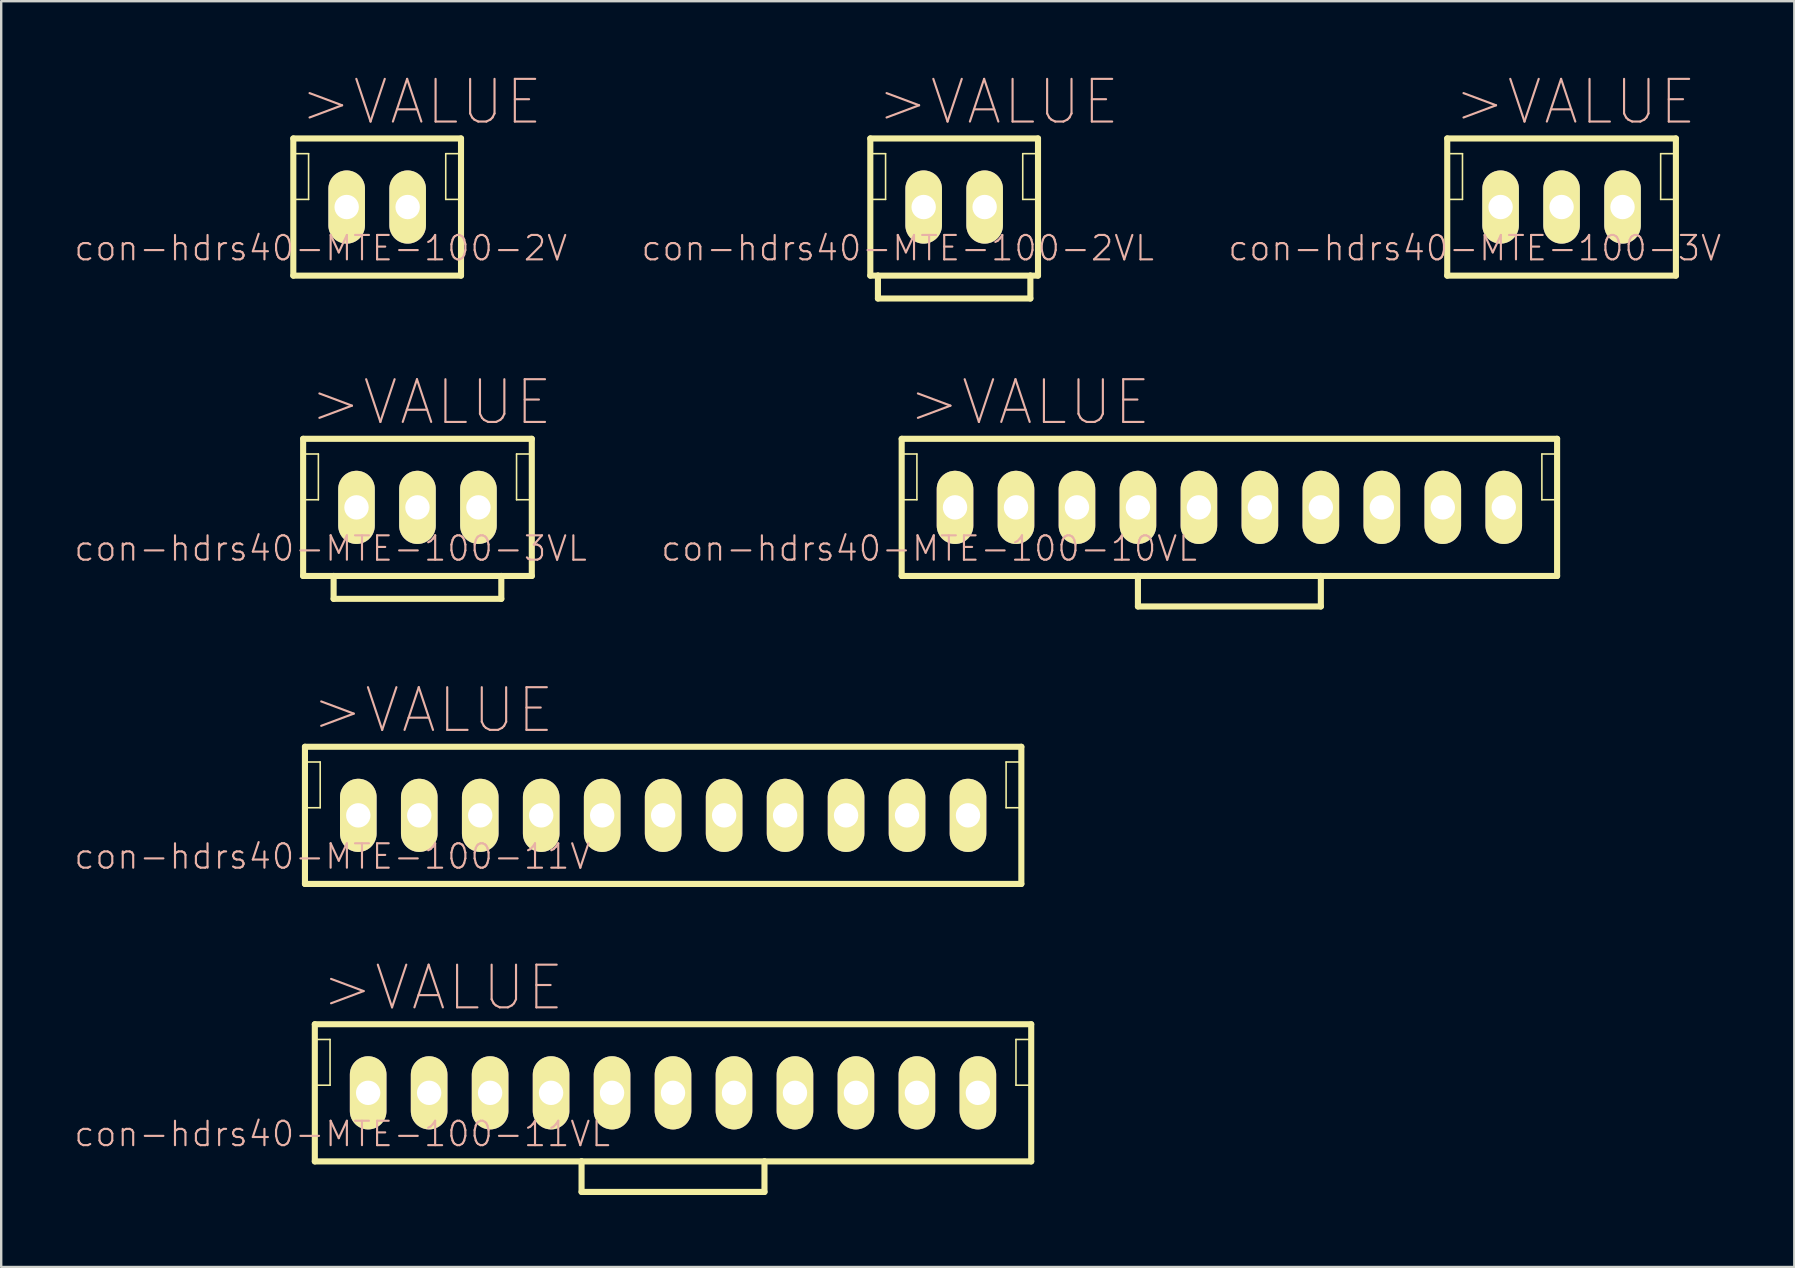
<source format=kicad_pcb>
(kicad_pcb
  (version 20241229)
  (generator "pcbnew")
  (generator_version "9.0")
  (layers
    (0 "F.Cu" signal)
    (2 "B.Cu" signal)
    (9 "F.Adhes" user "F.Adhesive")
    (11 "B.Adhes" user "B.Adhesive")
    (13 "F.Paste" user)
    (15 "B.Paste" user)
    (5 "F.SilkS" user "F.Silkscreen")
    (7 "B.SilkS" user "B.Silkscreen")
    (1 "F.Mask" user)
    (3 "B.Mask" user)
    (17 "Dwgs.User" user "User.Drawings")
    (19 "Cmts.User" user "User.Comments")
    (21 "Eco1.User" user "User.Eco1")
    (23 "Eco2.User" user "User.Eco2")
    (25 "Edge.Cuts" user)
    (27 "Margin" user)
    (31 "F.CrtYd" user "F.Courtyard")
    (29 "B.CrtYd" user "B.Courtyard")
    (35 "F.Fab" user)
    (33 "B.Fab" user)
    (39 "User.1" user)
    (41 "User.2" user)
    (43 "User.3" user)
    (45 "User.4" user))
  (footprint "con-hdrs40-MTE-100-10VL"
    (layer "F.Cu")
    (at 48.165 18.087)
    (property "Reference" "con-hdrs40-MTE-100-10VL" (at -12.509 1.714 0) (layer "B.SilkS") (effects (font (size 1.016 1.016) (thickness 0.089))))
    (attr exclude_from_pos_files exclude_from_bom)
    (fp_line (start -13.652 -2.857) (end -13.652 2.857) (stroke (width 0.254) (type solid)) (layer "F.SilkS"))
    (fp_line (start -13.652 -2.223) (end -13.018 -2.223) (stroke (width 0.066) (type solid)) (layer "F.SilkS"))
    (fp_line (start -13.652 -0.318) (end -13.652 -2.223) (stroke (width 0.066) (type solid)) (layer "F.SilkS"))
    (fp_line (start -13.652 -0.318) (end -13.018 -0.318) (stroke (width 0.066) (type solid)) (layer "F.SilkS"))
    (fp_line (start -13.652 2.857) (end -3.81 2.857) (stroke (width 0.254) (type solid)) (layer "F.SilkS"))
    (fp_line (start -13.018 -0.318) (end -13.018 -2.223) (stroke (width 0.066) (type solid)) (layer "F.SilkS"))
    (fp_line (start -3.81 2.857) (end 3.81 2.857) (stroke (width 0.254) (type solid)) (layer "F.SilkS"))
    (fp_line (start -3.81 4.128) (end -3.81 2.857) (stroke (width 0.254) (type solid)) (layer "F.SilkS"))
    (fp_line (start 3.81 2.857) (end 3.81 4.128) (stroke (width 0.254) (type solid)) (layer "F.SilkS"))
    (fp_line (start 3.81 2.857) (end 13.652 2.857) (stroke (width 0.254) (type solid)) (layer "F.SilkS"))
    (fp_line (start 3.81 4.128) (end -3.81 4.128) (stroke (width 0.254) (type solid)) (layer "F.SilkS"))
    (fp_line (start 13.018 -2.223) (end 13.652 -2.223) (stroke (width 0.066) (type solid)) (layer "F.SilkS"))
    (fp_line (start 13.018 -0.318) (end 13.018 -2.223) (stroke (width 0.066) (type solid)) (layer "F.SilkS"))
    (fp_line (start 13.018 -0.318) (end 13.652 -0.318) (stroke (width 0.066) (type solid)) (layer "F.SilkS"))
    (fp_line (start 13.652 -2.857) (end -13.652 -2.857) (stroke (width 0.254) (type solid)) (layer "F.SilkS"))
    (fp_line (start 13.652 -0.318) (end 13.652 -2.223) (stroke (width 0.066) (type solid)) (layer "F.SilkS"))
    (fp_line (start 13.652 2.857) (end 13.652 -2.857) (stroke (width 0.254) (type solid)) (layer "F.SilkS"))
    (fp_text user ">VALUE" (at -8.319 -4.379 0) (layer "B.SilkS") (effects (font (size 1.778 1.778) (thickness 0.089))))
    (pad "1" thru_hole oval (at -11.43 0) (size 1.524 3.048) (drill 1.016) (layers "*.Cu" "F.Mask" "F.SilkS" "F.Paste"))
    (pad "2" thru_hole oval (at -8.89 0) (size 1.524 3.048) (drill 1.016) (layers "*.Cu" "F.Mask" "F.SilkS" "F.Paste"))
    (pad "3" thru_hole oval (at -6.35 0) (size 1.524 3.048) (drill 1.016) (layers "*.Cu" "F.Mask" "F.SilkS" "F.Paste"))
    (pad "4" thru_hole oval (at -3.81 0) (size 1.524 3.048) (drill 1.016) (layers "*.Cu" "F.Mask" "F.SilkS" "F.Paste"))
    (pad "5" thru_hole oval (at -1.27 0) (size 1.524 3.048) (drill 1.016) (layers "*.Cu" "F.Mask" "F.SilkS" "F.Paste"))
    (pad "6" thru_hole oval (at 1.27 0) (size 1.524 3.048) (drill 1.016) (layers "*.Cu" "F.Mask" "F.SilkS" "F.Paste"))
    (pad "7" thru_hole oval (at 3.81 0) (size 1.524 3.048) (drill 1.016) (layers "*.Cu" "F.Mask" "F.SilkS" "F.Paste"))
    (pad "8" thru_hole oval (at 6.35 0) (size 1.524 3.048) (drill 1.016) (layers "*.Cu" "F.Mask" "F.SilkS" "F.Paste"))
    (pad "9" thru_hole oval (at 8.89 0) (size 1.524 3.048) (drill 1.016) (layers "*.Cu" "F.Mask" "F.SilkS" "F.Paste"))
    (pad "10" thru_hole oval (at 11.43 0) (size 1.524 3.048) (drill 1.016) (layers "*.Cu" "F.Mask" "F.SilkS" "F.Paste")))
  (footprint "con-hdrs40-MTE-100-2VL"
    (layer "F.Cu")
    (at 36.699 5.575)
    (property "Reference" "con-hdrs40-MTE-100-2VL" (at -2.349 1.714 0) (layer "B.SilkS") (effects (font (size 1.016 1.016) (thickness 0.089))))
    (attr exclude_from_pos_files exclude_from_bom)
    (fp_line (start -3.493 -2.857) (end -3.493 2.857) (stroke (width 0.254) (type solid)) (layer "F.SilkS"))
    (fp_line (start -3.493 -2.223) (end -2.857 -2.223) (stroke (width 0.066) (type solid)) (layer "F.SilkS"))
    (fp_line (start -3.493 -0.318) (end -3.493 -2.223) (stroke (width 0.066) (type solid)) (layer "F.SilkS"))
    (fp_line (start -3.493 -0.318) (end -2.857 -0.318) (stroke (width 0.066) (type solid)) (layer "F.SilkS"))
    (fp_line (start -3.493 2.857) (end -3.175 2.857) (stroke (width 0.254) (type solid)) (layer "F.SilkS"))
    (fp_line (start -3.175 2.857) (end 3.175 2.857) (stroke (width 0.254) (type solid)) (layer "F.SilkS"))
    (fp_line (start -3.175 3.81) (end -3.175 2.857) (stroke (width 0.254) (type solid)) (layer "F.SilkS"))
    (fp_line (start -2.857 -0.318) (end -2.857 -2.223) (stroke (width 0.066) (type solid)) (layer "F.SilkS"))
    (fp_line (start 2.857 -2.223) (end 3.493 -2.223) (stroke (width 0.066) (type solid)) (layer "F.SilkS"))
    (fp_line (start 2.857 -0.318) (end 2.857 -2.223) (stroke (width 0.066) (type solid)) (layer "F.SilkS"))
    (fp_line (start 2.857 -0.318) (end 3.493 -0.318) (stroke (width 0.066) (type solid)) (layer "F.SilkS"))
    (fp_line (start 3.175 2.857) (end 3.175 3.81) (stroke (width 0.254) (type solid)) (layer "F.SilkS"))
    (fp_line (start 3.175 2.857) (end 3.493 2.857) (stroke (width 0.254) (type solid)) (layer "F.SilkS"))
    (fp_line (start 3.175 3.81) (end -3.175 3.81) (stroke (width 0.254) (type solid)) (layer "F.SilkS"))
    (fp_line (start 3.493 -2.857) (end -3.493 -2.857) (stroke (width 0.254) (type solid)) (layer "F.SilkS"))
    (fp_line (start 3.493 -0.318) (end 3.493 -2.223) (stroke (width 0.066) (type solid)) (layer "F.SilkS"))
    (fp_line (start 3.493 2.857) (end 3.493 -2.857) (stroke (width 0.254) (type solid)) (layer "F.SilkS"))
    (fp_text user ">VALUE" (at 1.841 -4.379 0) (layer "B.SilkS") (effects (font (size 1.778 1.778) (thickness 0.089))))
    (pad "1" thru_hole oval (at -1.27 0) (size 1.524 3.048) (drill 1.016) (layers "*.Cu" "F.Mask" "F.SilkS" "F.Paste"))
    (pad "2" thru_hole oval (at 1.27 0) (size 1.524 3.048) (drill 1.016) (layers "*.Cu" "F.Mask" "F.SilkS" "F.Paste")))
  (footprint "con-hdrs40-MTE-100-3VL"
    (layer "F.Cu")
    (at 14.341 18.087)
    (property "Reference" "con-hdrs40-MTE-100-3VL" (at -3.617 1.714 0) (layer "B.SilkS") (effects (font (size 1.016 1.016) (thickness 0.089))))
    (attr exclude_from_pos_files exclude_from_bom)
    (fp_line (start -4.763 -2.857) (end -4.763 2.857) (stroke (width 0.254) (type solid)) (layer "F.SilkS"))
    (fp_line (start -4.763 -2.223) (end -4.128 -2.223) (stroke (width 0.066) (type solid)) (layer "F.SilkS"))
    (fp_line (start -4.763 -0.318) (end -4.763 -2.223) (stroke (width 0.066) (type solid)) (layer "F.SilkS"))
    (fp_line (start -4.763 -0.318) (end -4.128 -0.318) (stroke (width 0.066) (type solid)) (layer "F.SilkS"))
    (fp_line (start -4.763 2.857) (end -3.493 2.857) (stroke (width 0.254) (type solid)) (layer "F.SilkS"))
    (fp_line (start -4.128 -0.318) (end -4.128 -2.223) (stroke (width 0.066) (type solid)) (layer "F.SilkS"))
    (fp_line (start -3.493 2.857) (end 3.493 2.857) (stroke (width 0.254) (type solid)) (layer "F.SilkS"))
    (fp_line (start -3.493 3.81) (end -3.493 2.857) (stroke (width 0.254) (type solid)) (layer "F.SilkS"))
    (fp_line (start 3.493 2.857) (end 3.493 3.81) (stroke (width 0.254) (type solid)) (layer "F.SilkS"))
    (fp_line (start 3.493 2.857) (end 4.763 2.857) (stroke (width 0.254) (type solid)) (layer "F.SilkS"))
    (fp_line (start 3.493 3.81) (end -3.493 3.81) (stroke (width 0.254) (type solid)) (layer "F.SilkS"))
    (fp_line (start 4.128 -2.223) (end 4.763 -2.223) (stroke (width 0.066) (type solid)) (layer "F.SilkS"))
    (fp_line (start 4.128 -0.318) (end 4.128 -2.223) (stroke (width 0.066) (type solid)) (layer "F.SilkS"))
    (fp_line (start 4.128 -0.318) (end 4.763 -0.318) (stroke (width 0.066) (type solid)) (layer "F.SilkS"))
    (fp_line (start 4.763 -2.857) (end -4.763 -2.857) (stroke (width 0.254) (type solid)) (layer "F.SilkS"))
    (fp_line (start 4.763 -0.318) (end 4.763 -2.223) (stroke (width 0.066) (type solid)) (layer "F.SilkS"))
    (fp_line (start 4.763 2.857) (end 4.763 -2.857) (stroke (width 0.254) (type solid)) (layer "F.SilkS"))
    (fp_text user ">VALUE" (at 0.572 -4.379 0) (layer "B.SilkS") (effects (font (size 1.778 1.778) (thickness 0.089))))
    (pad "1" thru_hole oval (at -2.54 0) (size 1.524 3.048) (drill 1.016) (layers "*.Cu" "F.Mask" "F.SilkS" "F.Paste"))
    (pad "2" thru_hole oval (at 0 0) (size 1.524 3.048) (drill 1.016) (layers "*.Cu" "F.Mask" "F.SilkS" "F.Paste"))
    (pad "3" thru_hole oval (at 2.54 0) (size 1.524 3.048) (drill 1.016) (layers "*.Cu" "F.Mask" "F.SilkS" "F.Paste")))
  (footprint "con-hdrs40-MTE-100-11VL"
    (layer "F.Cu")
    (at 24.987 42.476)
    (property "Reference" "con-hdrs40-MTE-100-11VL" (at -13.78 1.714 0) (layer "B.SilkS") (effects (font (size 1.016 1.016) (thickness 0.089))))
    (attr exclude_from_pos_files exclude_from_bom)
    (fp_line (start -14.922 -2.857) (end -14.922 2.857) (stroke (width 0.254) (type solid)) (layer "F.SilkS"))
    (fp_line (start -14.922 -2.223) (end -14.287 -2.223) (stroke (width 0.066) (type solid)) (layer "F.SilkS"))
    (fp_line (start -14.922 -0.318) (end -14.922 -2.223) (stroke (width 0.066) (type solid)) (layer "F.SilkS"))
    (fp_line (start -14.922 -0.318) (end -14.287 -0.318) (stroke (width 0.066) (type solid)) (layer "F.SilkS"))
    (fp_line (start -14.922 2.857) (end -3.81 2.857) (stroke (width 0.254) (type solid)) (layer "F.SilkS"))
    (fp_line (start -14.287 -0.318) (end -14.287 -2.223) (stroke (width 0.066) (type solid)) (layer "F.SilkS"))
    (fp_line (start -3.81 2.857) (end 3.81 2.857) (stroke (width 0.254) (type solid)) (layer "F.SilkS"))
    (fp_line (start -3.81 4.128) (end -3.81 2.857) (stroke (width 0.254) (type solid)) (layer "F.SilkS"))
    (fp_line (start 3.81 2.857) (end 3.81 4.128) (stroke (width 0.254) (type solid)) (layer "F.SilkS"))
    (fp_line (start 3.81 2.857) (end 14.922 2.857) (stroke (width 0.254) (type solid)) (layer "F.SilkS"))
    (fp_line (start 3.81 4.128) (end -3.81 4.128) (stroke (width 0.254) (type solid)) (layer "F.SilkS"))
    (fp_line (start 14.287 -2.223) (end 14.922 -2.223) (stroke (width 0.066) (type solid)) (layer "F.SilkS"))
    (fp_line (start 14.287 -0.318) (end 14.287 -2.223) (stroke (width 0.066) (type solid)) (layer "F.SilkS"))
    (fp_line (start 14.287 -0.318) (end 14.922 -0.318) (stroke (width 0.066) (type solid)) (layer "F.SilkS"))
    (fp_line (start 14.922 -2.857) (end -14.922 -2.857) (stroke (width 0.254) (type solid)) (layer "F.SilkS"))
    (fp_line (start 14.922 -0.318) (end 14.922 -2.223) (stroke (width 0.066) (type solid)) (layer "F.SilkS"))
    (fp_line (start 14.922 2.857) (end 14.922 -2.857) (stroke (width 0.254) (type solid)) (layer "F.SilkS"))
    (fp_text user ">VALUE" (at -9.588 -4.379 0) (layer "B.SilkS") (effects (font (size 1.778 1.778) (thickness 0.089))))
    (pad "1" thru_hole oval (at -12.7 0) (size 1.524 3.048) (drill 1.016) (layers "*.Cu" "F.Mask" "F.SilkS" "F.Paste"))
    (pad "2" thru_hole oval (at -10.16 0) (size 1.524 3.048) (drill 1.016) (layers "*.Cu" "F.Mask" "F.SilkS" "F.Paste"))
    (pad "3" thru_hole oval (at -7.62 0) (size 1.524 3.048) (drill 1.016) (layers "*.Cu" "F.Mask" "F.SilkS" "F.Paste"))
    (pad "4" thru_hole oval (at -5.08 0) (size 1.524 3.048) (drill 1.016) (layers "*.Cu" "F.Mask" "F.SilkS" "F.Paste"))
    (pad "5" thru_hole oval (at -2.54 0) (size 1.524 3.048) (drill 1.016) (layers "*.Cu" "F.Mask" "F.SilkS" "F.Paste"))
    (pad "6" thru_hole oval (at 0 0) (size 1.524 3.048) (drill 1.016) (layers "*.Cu" "F.Mask" "F.SilkS" "F.Paste"))
    (pad "7" thru_hole oval (at 2.54 0) (size 1.524 3.048) (drill 1.016) (layers "*.Cu" "F.Mask" "F.SilkS" "F.Paste"))
    (pad "8" thru_hole oval (at 5.08 0) (size 1.524 3.048) (drill 1.016) (layers "*.Cu" "F.Mask" "F.SilkS" "F.Paste"))
    (pad "9" thru_hole oval (at 7.62 0) (size 1.524 3.048) (drill 1.016) (layers "*.Cu" "F.Mask" "F.SilkS" "F.Paste"))
    (pad "10" thru_hole oval (at 10.16 0) (size 1.524 3.048) (drill 1.016) (layers "*.Cu" "F.Mask" "F.SilkS" "F.Paste"))
    (pad "11" thru_hole oval (at 12.7 0) (size 1.524 3.048) (drill 1.016) (layers "*.Cu" "F.Mask" "F.SilkS" "F.Paste")))
  (footprint "con-hdrs40-MTE-100-3V"
    (layer "F.Cu")
    (at 62.003 5.575)
    (property "Reference" "con-hdrs40-MTE-100-3V" (at -3.617 1.714 0) (layer "B.SilkS") (effects (font (size 1.016 1.016) (thickness 0.089))))
    (attr exclude_from_pos_files exclude_from_bom)
    (fp_line (start -4.763 -2.857) (end -4.763 2.857) (stroke (width 0.254) (type solid)) (layer "F.SilkS"))
    (fp_line (start -4.763 -2.223) (end -4.128 -2.223) (stroke (width 0.066) (type solid)) (layer "F.SilkS"))
    (fp_line (start -4.763 -0.318) (end -4.763 -2.223) (stroke (width 0.066) (type solid)) (layer "F.SilkS"))
    (fp_line (start -4.763 -0.318) (end -4.128 -0.318) (stroke (width 0.066) (type solid)) (layer "F.SilkS"))
    (fp_line (start -4.763 2.857) (end 4.763 2.857) (stroke (width 0.254) (type solid)) (layer "F.SilkS"))
    (fp_line (start -4.128 -0.318) (end -4.128 -2.223) (stroke (width 0.066) (type solid)) (layer "F.SilkS"))
    (fp_line (start 4.128 -2.223) (end 4.763 -2.223) (stroke (width 0.066) (type solid)) (layer "F.SilkS"))
    (fp_line (start 4.128 -0.318) (end 4.128 -2.223) (stroke (width 0.066) (type solid)) (layer "F.SilkS"))
    (fp_line (start 4.128 -0.318) (end 4.763 -0.318) (stroke (width 0.066) (type solid)) (layer "F.SilkS"))
    (fp_line (start 4.763 -2.857) (end -4.763 -2.857) (stroke (width 0.254) (type solid)) (layer "F.SilkS"))
    (fp_line (start 4.763 -0.318) (end 4.763 -2.223) (stroke (width 0.066) (type solid)) (layer "F.SilkS"))
    (fp_line (start 4.763 2.857) (end 4.763 -2.857) (stroke (width 0.254) (type solid)) (layer "F.SilkS"))
    (fp_text user ">VALUE" (at 0.572 -4.379 0) (layer "B.SilkS") (effects (font (size 1.778 1.778) (thickness 0.089))))
    (pad "1" thru_hole oval (at -2.54 0) (size 1.524 3.048) (drill 1.016) (layers "*.Cu" "F.Mask" "F.SilkS" "F.Paste"))
    (pad "2" thru_hole oval (at 0 0) (size 1.524 3.048) (drill 1.016) (layers "*.Cu" "F.Mask" "F.SilkS" "F.Paste"))
    (pad "3" thru_hole oval (at 2.54 0) (size 1.524 3.048) (drill 1.016) (layers "*.Cu" "F.Mask" "F.SilkS" "F.Paste")))
  (footprint "con-hdrs40-MTE-100-11V"
    (layer "F.Cu")
    (at 24.576 30.917)
    (property "Reference" "con-hdrs40-MTE-100-11V" (at -13.78 1.714 0) (layer "B.SilkS") (effects (font (size 1.016 1.016) (thickness 0.089))))
    (attr exclude_from_pos_files exclude_from_bom)
    (fp_line (start -14.922 -2.857) (end -14.922 2.857) (stroke (width 0.254) (type solid)) (layer "F.SilkS"))
    (fp_line (start -14.922 -2.223) (end -14.287 -2.223) (stroke (width 0.066) (type solid)) (layer "F.SilkS"))
    (fp_line (start -14.922 -0.318) (end -14.922 -2.223) (stroke (width 0.066) (type solid)) (layer "F.SilkS"))
    (fp_line (start -14.922 -0.318) (end -14.287 -0.318) (stroke (width 0.066) (type solid)) (layer "F.SilkS"))
    (fp_line (start -14.922 2.857) (end 14.922 2.857) (stroke (width 0.254) (type solid)) (layer "F.SilkS"))
    (fp_line (start -14.287 -0.318) (end -14.287 -2.223) (stroke (width 0.066) (type solid)) (layer "F.SilkS"))
    (fp_line (start 14.287 -2.223) (end 14.922 -2.223) (stroke (width 0.066) (type solid)) (layer "F.SilkS"))
    (fp_line (start 14.287 -0.318) (end 14.287 -2.223) (stroke (width 0.066) (type solid)) (layer "F.SilkS"))
    (fp_line (start 14.287 -0.318) (end 14.922 -0.318) (stroke (width 0.066) (type solid)) (layer "F.SilkS"))
    (fp_line (start 14.922 -2.857) (end -14.922 -2.857) (stroke (width 0.254) (type solid)) (layer "F.SilkS"))
    (fp_line (start 14.922 -0.318) (end 14.922 -2.223) (stroke (width 0.066) (type solid)) (layer "F.SilkS"))
    (fp_line (start 14.922 2.857) (end 14.922 -2.857) (stroke (width 0.254) (type solid)) (layer "F.SilkS"))
    (fp_text user ">VALUE" (at -9.588 -4.379 0) (layer "B.SilkS") (effects (font (size 1.778 1.778) (thickness 0.089))))
    (pad "1" thru_hole oval (at -12.7 0) (size 1.524 3.048) (drill 1.016) (layers "*.Cu" "F.Mask" "F.SilkS" "F.Paste"))
    (pad "2" thru_hole oval (at -10.16 0) (size 1.524 3.048) (drill 1.016) (layers "*.Cu" "F.Mask" "F.SilkS" "F.Paste"))
    (pad "3" thru_hole oval (at -7.62 0) (size 1.524 3.048) (drill 1.016) (layers "*.Cu" "F.Mask" "F.SilkS" "F.Paste"))
    (pad "4" thru_hole oval (at -5.08 0) (size 1.524 3.048) (drill 1.016) (layers "*.Cu" "F.Mask" "F.SilkS" "F.Paste"))
    (pad "5" thru_hole oval (at -2.54 0) (size 1.524 3.048) (drill 1.016) (layers "*.Cu" "F.Mask" "F.SilkS" "F.Paste"))
    (pad "6" thru_hole oval (at 0 0) (size 1.524 3.048) (drill 1.016) (layers "*.Cu" "F.Mask" "F.SilkS" "F.Paste"))
    (pad "7" thru_hole oval (at 2.54 0) (size 1.524 3.048) (drill 1.016) (layers "*.Cu" "F.Mask" "F.SilkS" "F.Paste"))
    (pad "8" thru_hole oval (at 5.08 0) (size 1.524 3.048) (drill 1.016) (layers "*.Cu" "F.Mask" "F.SilkS" "F.Paste"))
    (pad "9" thru_hole oval (at 7.62 0) (size 1.524 3.048) (drill 1.016) (layers "*.Cu" "F.Mask" "F.SilkS" "F.Paste"))
    (pad "10" thru_hole oval (at 10.16 0) (size 1.524 3.048) (drill 1.016) (layers "*.Cu" "F.Mask" "F.SilkS" "F.Paste"))
    (pad "11" thru_hole oval (at 12.7 0) (size 1.524 3.048) (drill 1.016) (layers "*.Cu" "F.Mask" "F.SilkS" "F.Paste")))
  (footprint "con-hdrs40-MTE-100-2V"
    (layer "F.Cu")
    (at 12.662 5.575)
    (property "Reference" "con-hdrs40-MTE-100-2V" (at -2.349 1.714 0) (layer "B.SilkS") (effects (font (size 1.016 1.016) (thickness 0.089))))
    (attr exclude_from_pos_files exclude_from_bom)
    (fp_line (start -3.493 -2.857) (end -3.493 2.857) (stroke (width 0.254) (type solid)) (layer "F.SilkS"))
    (fp_line (start -3.493 -2.223) (end -2.857 -2.223) (stroke (width 0.066) (type solid)) (layer "F.SilkS"))
    (fp_line (start -3.493 -0.318) (end -3.493 -2.223) (stroke (width 0.066) (type solid)) (layer "F.SilkS"))
    (fp_line (start -3.493 -0.318) (end -2.857 -0.318) (stroke (width 0.066) (type solid)) (layer "F.SilkS"))
    (fp_line (start -3.493 2.857) (end 3.493 2.857) (stroke (width 0.254) (type solid)) (layer "F.SilkS"))
    (fp_line (start -2.857 -0.318) (end -2.857 -2.223) (stroke (width 0.066) (type solid)) (layer "F.SilkS"))
    (fp_line (start 2.857 -2.223) (end 3.493 -2.223) (stroke (width 0.066) (type solid)) (layer "F.SilkS"))
    (fp_line (start 2.857 -0.318) (end 2.857 -2.223) (stroke (width 0.066) (type solid)) (layer "F.SilkS"))
    (fp_line (start 2.857 -0.318) (end 3.493 -0.318) (stroke (width 0.066) (type solid)) (layer "F.SilkS"))
    (fp_line (start 3.493 -2.857) (end -3.493 -2.857) (stroke (width 0.254) (type solid)) (layer "F.SilkS"))
    (fp_line (start 3.493 -0.318) (end 3.493 -2.223) (stroke (width 0.066) (type solid)) (layer "F.SilkS"))
    (fp_line (start 3.493 2.857) (end 3.493 -2.857) (stroke (width 0.254) (type solid)) (layer "F.SilkS"))
    (fp_text user ">VALUE" (at 1.841 -4.379 0) (layer "B.SilkS") (effects (font (size 1.778 1.778) (thickness 0.089))))
    (pad "1" thru_hole oval (at -1.27 0) (size 1.524 3.048) (drill 1.016) (layers "*.Cu" "F.Mask" "F.SilkS" "F.Paste"))
    (pad "2" thru_hole oval (at 1.27 0) (size 1.524 3.048) (drill 1.016) (layers "*.Cu" "F.Mask" "F.SilkS" "F.Paste")))
  (gr_rect
    (start -3 -3)
    (end 71.699 49.731)
    (stroke (width 0.1) (type default))
    (fill no)
    (layer "Edge.Cuts")))
</source>
